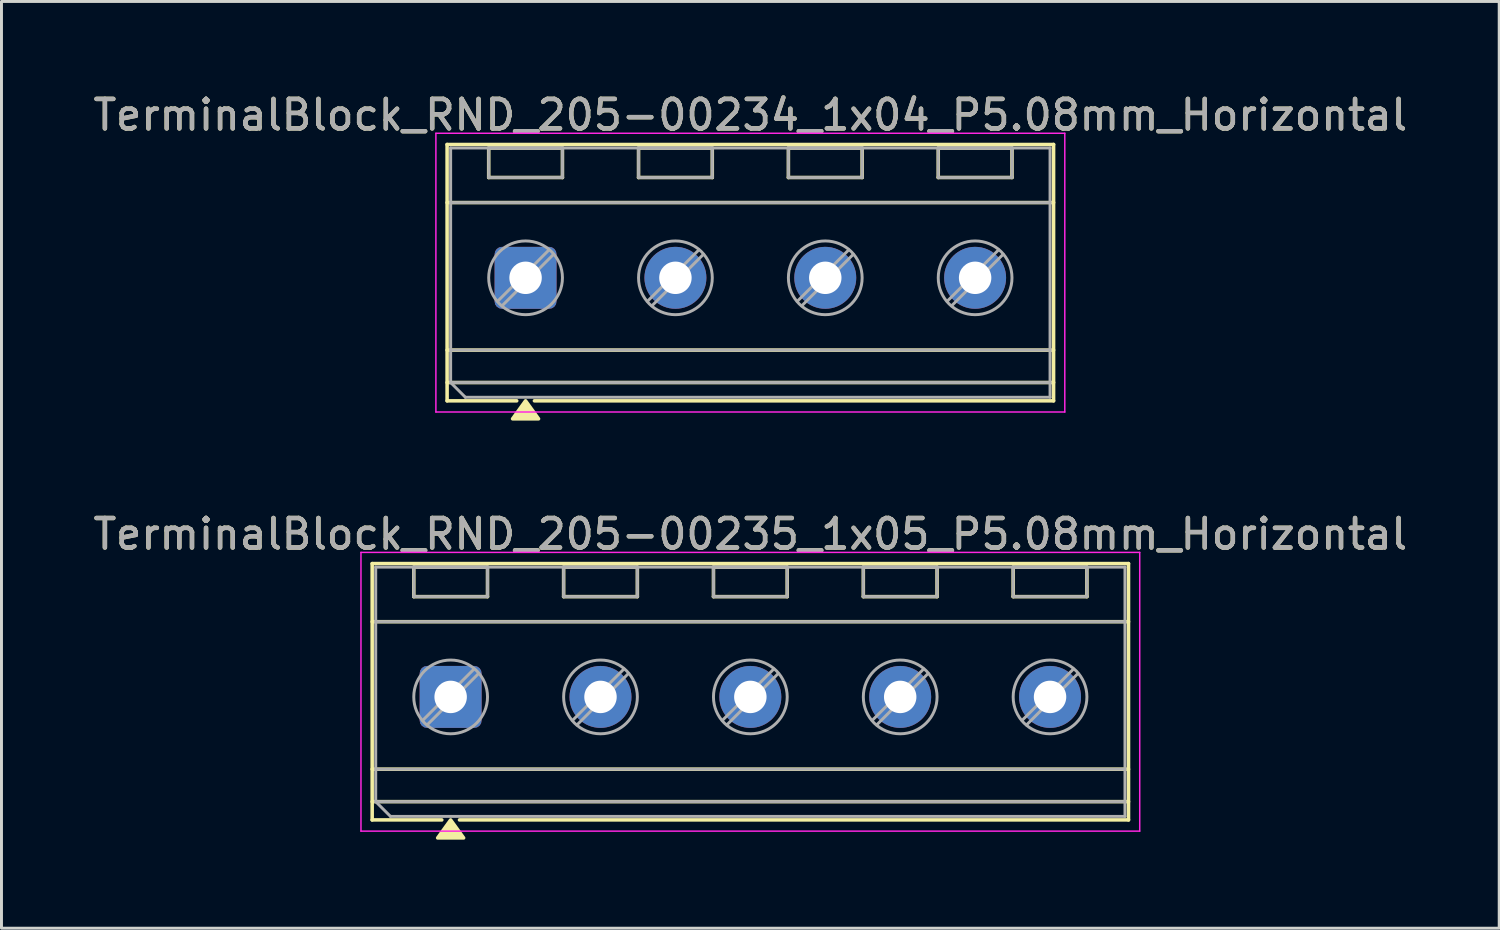
<source format=kicad_pcb>
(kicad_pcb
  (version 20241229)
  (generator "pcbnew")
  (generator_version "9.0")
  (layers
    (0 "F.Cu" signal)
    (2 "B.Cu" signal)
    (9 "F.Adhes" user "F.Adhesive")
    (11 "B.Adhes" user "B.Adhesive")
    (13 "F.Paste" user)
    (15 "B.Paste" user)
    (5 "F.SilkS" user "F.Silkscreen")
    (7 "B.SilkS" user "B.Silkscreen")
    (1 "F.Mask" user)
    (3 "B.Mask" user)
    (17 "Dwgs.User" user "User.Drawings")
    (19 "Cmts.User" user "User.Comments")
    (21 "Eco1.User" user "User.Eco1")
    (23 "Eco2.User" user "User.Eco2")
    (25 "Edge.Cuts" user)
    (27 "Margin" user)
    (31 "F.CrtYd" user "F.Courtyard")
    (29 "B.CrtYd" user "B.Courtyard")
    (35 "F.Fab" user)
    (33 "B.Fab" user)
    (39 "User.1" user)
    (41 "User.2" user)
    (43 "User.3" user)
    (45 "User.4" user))
  (footprint "TerminalBlock_RND_205-00235_1x05_P5.08mm_Horizontal"
    (layer "F.Cu")
    (at 12.227 20.576)
    (property "Reference" "TerminalBlock_RND_205-00235_1x05_P5.08mm_Horizontal" (at 10.16 -5.52 0) (layer "F.SilkS") (effects (font (size 1 1) (thickness 0.15))))
    (attr through_hole)
    (fp_line (start -2.66 -4.52) (end -2.66 4.17) (stroke (width 0.12) (type solid)) (layer "F.SilkS"))
    (fp_line (start -2.66 -4.52) (end 22.98 -4.52) (stroke (width 0.12) (type solid)) (layer "F.SilkS"))
    (fp_line (start -2.66 -2.55) (end 22.98 -2.55) (stroke (width 0.12) (type solid)) (layer "F.SilkS"))
    (fp_line (start -2.66 2.45) (end 22.98 2.45) (stroke (width 0.12) (type solid)) (layer "F.SilkS"))
    (fp_line (start -2.66 3.55) (end 22.98 3.55) (stroke (width 0.12) (type solid)) (layer "F.SilkS"))
    (fp_line (start -2.66 4.17) (end -0.3 4.17) (stroke (width 0.12) (type solid)) (layer "F.SilkS"))
    (fp_line (start -1.25 -4.4) (end -1.25 -3.4) (stroke (width 0.12) (type solid)) (layer "F.SilkS"))
    (fp_line (start -1.25 -4.4) (end 1.25 -4.4) (stroke (width 0.12) (type solid)) (layer "F.SilkS"))
    (fp_line (start -1.25 -3.4) (end 1.25 -3.4) (stroke (width 0.12) (type solid)) (layer "F.SilkS"))
    (fp_line (start 0.3 4.17) (end 22.98 4.17) (stroke (width 0.12) (type solid)) (layer "F.SilkS"))
    (fp_line (start 1.25 -4.4) (end 1.25 -3.4) (stroke (width 0.12) (type solid)) (layer "F.SilkS"))
    (fp_line (start 3.83 -4.4) (end 3.83 -3.4) (stroke (width 0.12) (type solid)) (layer "F.SilkS"))
    (fp_line (start 3.83 -4.4) (end 6.33 -4.4) (stroke (width 0.12) (type solid)) (layer "F.SilkS"))
    (fp_line (start 3.83 -3.4) (end 6.33 -3.4) (stroke (width 0.12) (type solid)) (layer "F.SilkS"))
    (fp_line (start 6.33 -4.4) (end 6.33 -3.4) (stroke (width 0.12) (type solid)) (layer "F.SilkS"))
    (fp_line (start 8.91 -4.4) (end 8.91 -3.4) (stroke (width 0.12) (type solid)) (layer "F.SilkS"))
    (fp_line (start 8.91 -4.4) (end 11.41 -4.4) (stroke (width 0.12) (type solid)) (layer "F.SilkS"))
    (fp_line (start 8.91 -3.4) (end 11.41 -3.4) (stroke (width 0.12) (type solid)) (layer "F.SilkS"))
    (fp_line (start 11.41 -4.4) (end 11.41 -3.4) (stroke (width 0.12) (type solid)) (layer "F.SilkS"))
    (fp_line (start 13.99 -4.4) (end 13.99 -3.4) (stroke (width 0.12) (type solid)) (layer "F.SilkS"))
    (fp_line (start 13.99 -4.4) (end 16.49 -4.4) (stroke (width 0.12) (type solid)) (layer "F.SilkS"))
    (fp_line (start 13.99 -3.4) (end 16.49 -3.4) (stroke (width 0.12) (type solid)) (layer "F.SilkS"))
    (fp_line (start 16.49 -4.4) (end 16.49 -3.4) (stroke (width 0.12) (type solid)) (layer "F.SilkS"))
    (fp_line (start 19.07 -4.4) (end 19.07 -3.4) (stroke (width 0.12) (type solid)) (layer "F.SilkS"))
    (fp_line (start 19.07 -4.4) (end 21.57 -4.4) (stroke (width 0.12) (type solid)) (layer "F.SilkS"))
    (fp_line (start 19.07 -3.4) (end 21.57 -3.4) (stroke (width 0.12) (type solid)) (layer "F.SilkS"))
    (fp_line (start 21.57 -4.4) (end 21.57 -3.4) (stroke (width 0.12) (type solid)) (layer "F.SilkS"))
    (fp_line (start 22.98 -4.52) (end 22.98 4.17) (stroke (width 0.12) (type solid)) (layer "F.SilkS"))
    (fp_poly (pts (xy 0 4.17) (xy 0.44 4.78) (xy -0.44 4.78)) (stroke (width 0.12) (type solid)) (fill yes) (layer "F.SilkS"))
    (fp_line (start -3.04 -4.9) (end -3.04 4.55) (stroke (width 0.05) (type solid)) (layer "F.CrtYd"))
    (fp_line (start -3.04 4.55) (end 23.36 4.55) (stroke (width 0.05) (type solid)) (layer "F.CrtYd"))
    (fp_line (start 23.36 -4.9) (end -3.04 -4.9) (stroke (width 0.05) (type solid)) (layer "F.CrtYd"))
    (fp_line (start 23.36 4.55) (end 23.36 -4.9) (stroke (width 0.05) (type solid)) (layer "F.CrtYd"))
    (fp_line (start -2.54 -4.4) (end 22.86 -4.4) (stroke (width 0.1) (type solid)) (layer "F.Fab"))
    (fp_line (start -2.54 -2.55) (end 22.86 -2.55) (stroke (width 0.1) (type solid)) (layer "F.Fab"))
    (fp_line (start -2.54 2.45) (end 22.86 2.45) (stroke (width 0.1) (type solid)) (layer "F.Fab"))
    (fp_line (start -2.54 3.55) (end -2.54 -4.4) (stroke (width 0.1) (type solid)) (layer "F.Fab"))
    (fp_line (start -2.54 3.55) (end 22.86 3.55) (stroke (width 0.1) (type solid)) (layer "F.Fab"))
    (fp_line (start -2.04 4.05) (end -2.54 3.55) (stroke (width 0.1) (type solid)) (layer "F.Fab"))
    (fp_line (start -1.25 -4.4) (end -1.25 -3.4) (stroke (width 0.1) (type solid)) (layer "F.Fab"))
    (fp_line (start -1.25 -3.4) (end 1.25 -3.4) (stroke (width 0.1) (type solid)) (layer "F.Fab"))
    (fp_line (start 0.796 -0.948) (end -0.948 0.795) (stroke (width 0.1) (type solid)) (layer "F.Fab"))
    (fp_line (start 0.948 -0.795) (end -0.796 0.948) (stroke (width 0.1) (type solid)) (layer "F.Fab"))
    (fp_line (start 1.25 -4.4) (end -1.25 -4.4) (stroke (width 0.1) (type solid)) (layer "F.Fab"))
    (fp_line (start 1.25 -3.4) (end 1.25 -4.4) (stroke (width 0.1) (type solid)) (layer "F.Fab"))
    (fp_line (start 3.83 -4.4) (end 3.83 -3.4) (stroke (width 0.1) (type solid)) (layer "F.Fab"))
    (fp_line (start 3.83 -3.4) (end 6.33 -3.4) (stroke (width 0.1) (type solid)) (layer "F.Fab"))
    (fp_line (start 5.876 -0.948) (end 4.132 0.795) (stroke (width 0.1) (type solid)) (layer "F.Fab"))
    (fp_line (start 6.028 -0.795) (end 4.284 0.948) (stroke (width 0.1) (type solid)) (layer "F.Fab"))
    (fp_line (start 6.33 -4.4) (end 3.83 -4.4) (stroke (width 0.1) (type solid)) (layer "F.Fab"))
    (fp_line (start 6.33 -3.4) (end 6.33 -4.4) (stroke (width 0.1) (type solid)) (layer "F.Fab"))
    (fp_line (start 8.91 -4.4) (end 8.91 -3.4) (stroke (width 0.1) (type solid)) (layer "F.Fab"))
    (fp_line (start 8.91 -3.4) (end 11.41 -3.4) (stroke (width 0.1) (type solid)) (layer "F.Fab"))
    (fp_line (start 10.956 -0.948) (end 9.212 0.795) (stroke (width 0.1) (type solid)) (layer "F.Fab"))
    (fp_line (start 11.108 -0.795) (end 9.364 0.948) (stroke (width 0.1) (type solid)) (layer "F.Fab"))
    (fp_line (start 11.41 -4.4) (end 8.91 -4.4) (stroke (width 0.1) (type solid)) (layer "F.Fab"))
    (fp_line (start 11.41 -3.4) (end 11.41 -4.4) (stroke (width 0.1) (type solid)) (layer "F.Fab"))
    (fp_line (start 13.99 -4.4) (end 13.99 -3.4) (stroke (width 0.1) (type solid)) (layer "F.Fab"))
    (fp_line (start 13.99 -3.4) (end 16.49 -3.4) (stroke (width 0.1) (type solid)) (layer "F.Fab"))
    (fp_line (start 16.036 -0.948) (end 14.292 0.795) (stroke (width 0.1) (type solid)) (layer "F.Fab"))
    (fp_line (start 16.188 -0.795) (end 14.444 0.948) (stroke (width 0.1) (type solid)) (layer "F.Fab"))
    (fp_line (start 16.49 -4.4) (end 13.99 -4.4) (stroke (width 0.1) (type solid)) (layer "F.Fab"))
    (fp_line (start 16.49 -3.4) (end 16.49 -4.4) (stroke (width 0.1) (type solid)) (layer "F.Fab"))
    (fp_line (start 19.07 -4.4) (end 19.07 -3.4) (stroke (width 0.1) (type solid)) (layer "F.Fab"))
    (fp_line (start 19.07 -3.4) (end 21.57 -3.4) (stroke (width 0.1) (type solid)) (layer "F.Fab"))
    (fp_line (start 21.116 -0.948) (end 19.372 0.795) (stroke (width 0.1) (type solid)) (layer "F.Fab"))
    (fp_line (start 21.268 -0.795) (end 19.524 0.948) (stroke (width 0.1) (type solid)) (layer "F.Fab"))
    (fp_line (start 21.57 -4.4) (end 19.07 -4.4) (stroke (width 0.1) (type solid)) (layer "F.Fab"))
    (fp_line (start 21.57 -3.4) (end 21.57 -4.4) (stroke (width 0.1) (type solid)) (layer "F.Fab"))
    (fp_line (start 22.86 -4.4) (end 22.86 4.05) (stroke (width 0.1) (type solid)) (layer "F.Fab"))
    (fp_line (start 22.86 4.05) (end -2.04 4.05) (stroke (width 0.1) (type solid)) (layer "F.Fab"))
    (fp_circle (center 0 0) (end 1.25 0) (stroke (width 0.1) (type solid)) (fill no) (layer "F.Fab"))
    (fp_circle (center 5.08 0) (end 6.33 0) (stroke (width 0.1) (type solid)) (fill no) (layer "F.Fab"))
    (fp_circle (center 10.16 0) (end 11.41 0) (stroke (width 0.1) (type solid)) (fill no) (layer "F.Fab"))
    (fp_circle (center 15.24 0) (end 16.49 0) (stroke (width 0.1) (type solid)) (fill no) (layer "F.Fab"))
    (fp_circle (center 20.32 0) (end 21.57 0) (stroke (width 0.1) (type solid)) (fill no) (layer "F.Fab"))
    (fp_text user "${REFERENCE}" (at 10.16 -5.52 0) (layer "F.Fab") (effects (font (size 1 1) (thickness 0.15))))
    (pad "1" thru_hole roundrect (at 0 0) (size 2.1 2.1) (drill 1.1) (layers "*.Cu" "*.Mask") (roundrect_rratio 0.119))
    (pad "2" thru_hole circle (at 5.08 0) (size 2.1 2.1) (drill 1.1) (layers "*.Cu" "*.Mask"))
    (pad "3" thru_hole circle (at 10.16 0) (size 2.1 2.1) (drill 1.1) (layers "*.Cu" "*.Mask"))
    (pad "4" thru_hole circle (at 15.24 0) (size 2.1 2.1) (drill 1.1) (layers "*.Cu" "*.Mask"))
    (pad "5" thru_hole circle (at 20.32 0) (size 2.1 2.1) (drill 1.1) (layers "*.Cu" "*.Mask")))
  (footprint "TerminalBlock_RND_205-00234_1x04_P5.08mm_Horizontal"
    (layer "F.Cu")
    (at 14.767 6.368)
    (property "Reference" "TerminalBlock_RND_205-00234_1x04_P5.08mm_Horizontal" (at 7.62 -5.52 0) (layer "F.SilkS") (effects (font (size 1 1) (thickness 0.15))))
    (attr through_hole)
    (fp_line (start -2.66 -4.52) (end -2.66 4.17) (stroke (width 0.12) (type solid)) (layer "F.SilkS"))
    (fp_line (start -2.66 -4.52) (end 17.9 -4.52) (stroke (width 0.12) (type solid)) (layer "F.SilkS"))
    (fp_line (start -2.66 -2.55) (end 17.9 -2.55) (stroke (width 0.12) (type solid)) (layer "F.SilkS"))
    (fp_line (start -2.66 2.45) (end 17.9 2.45) (stroke (width 0.12) (type solid)) (layer "F.SilkS"))
    (fp_line (start -2.66 3.55) (end 17.9 3.55) (stroke (width 0.12) (type solid)) (layer "F.SilkS"))
    (fp_line (start -2.66 4.17) (end -0.3 4.17) (stroke (width 0.12) (type solid)) (layer "F.SilkS"))
    (fp_line (start -1.25 -4.4) (end -1.25 -3.4) (stroke (width 0.12) (type solid)) (layer "F.SilkS"))
    (fp_line (start -1.25 -4.4) (end 1.25 -4.4) (stroke (width 0.12) (type solid)) (layer "F.SilkS"))
    (fp_line (start -1.25 -3.4) (end 1.25 -3.4) (stroke (width 0.12) (type solid)) (layer "F.SilkS"))
    (fp_line (start 0.3 4.17) (end 17.9 4.17) (stroke (width 0.12) (type solid)) (layer "F.SilkS"))
    (fp_line (start 1.25 -4.4) (end 1.25 -3.4) (stroke (width 0.12) (type solid)) (layer "F.SilkS"))
    (fp_line (start 3.83 -4.4) (end 3.83 -3.4) (stroke (width 0.12) (type solid)) (layer "F.SilkS"))
    (fp_line (start 3.83 -4.4) (end 6.33 -4.4) (stroke (width 0.12) (type solid)) (layer "F.SilkS"))
    (fp_line (start 3.83 -3.4) (end 6.33 -3.4) (stroke (width 0.12) (type solid)) (layer "F.SilkS"))
    (fp_line (start 6.33 -4.4) (end 6.33 -3.4) (stroke (width 0.12) (type solid)) (layer "F.SilkS"))
    (fp_line (start 8.91 -4.4) (end 8.91 -3.4) (stroke (width 0.12) (type solid)) (layer "F.SilkS"))
    (fp_line (start 8.91 -4.4) (end 11.41 -4.4) (stroke (width 0.12) (type solid)) (layer "F.SilkS"))
    (fp_line (start 8.91 -3.4) (end 11.41 -3.4) (stroke (width 0.12) (type solid)) (layer "F.SilkS"))
    (fp_line (start 11.41 -4.4) (end 11.41 -3.4) (stroke (width 0.12) (type solid)) (layer "F.SilkS"))
    (fp_line (start 13.99 -4.4) (end 13.99 -3.4) (stroke (width 0.12) (type solid)) (layer "F.SilkS"))
    (fp_line (start 13.99 -4.4) (end 16.49 -4.4) (stroke (width 0.12) (type solid)) (layer "F.SilkS"))
    (fp_line (start 13.99 -3.4) (end 16.49 -3.4) (stroke (width 0.12) (type solid)) (layer "F.SilkS"))
    (fp_line (start 16.49 -4.4) (end 16.49 -3.4) (stroke (width 0.12) (type solid)) (layer "F.SilkS"))
    (fp_line (start 17.9 -4.52) (end 17.9 4.17) (stroke (width 0.12) (type solid)) (layer "F.SilkS"))
    (fp_poly (pts (xy 0 4.17) (xy 0.44 4.78) (xy -0.44 4.78)) (stroke (width 0.12) (type solid)) (fill yes) (layer "F.SilkS"))
    (fp_line (start -3.04 -4.9) (end -3.04 4.55) (stroke (width 0.05) (type solid)) (layer "F.CrtYd"))
    (fp_line (start -3.04 4.55) (end 18.28 4.55) (stroke (width 0.05) (type solid)) (layer "F.CrtYd"))
    (fp_line (start 18.28 -4.9) (end -3.04 -4.9) (stroke (width 0.05) (type solid)) (layer "F.CrtYd"))
    (fp_line (start 18.28 4.55) (end 18.28 -4.9) (stroke (width 0.05) (type solid)) (layer "F.CrtYd"))
    (fp_line (start -2.54 -4.4) (end 17.78 -4.4) (stroke (width 0.1) (type solid)) (layer "F.Fab"))
    (fp_line (start -2.54 -2.55) (end 17.78 -2.55) (stroke (width 0.1) (type solid)) (layer "F.Fab"))
    (fp_line (start -2.54 2.45) (end 17.78 2.45) (stroke (width 0.1) (type solid)) (layer "F.Fab"))
    (fp_line (start -2.54 3.55) (end -2.54 -4.4) (stroke (width 0.1) (type solid)) (layer "F.Fab"))
    (fp_line (start -2.54 3.55) (end 17.78 3.55) (stroke (width 0.1) (type solid)) (layer "F.Fab"))
    (fp_line (start -2.04 4.05) (end -2.54 3.55) (stroke (width 0.1) (type solid)) (layer "F.Fab"))
    (fp_line (start -1.25 -4.4) (end -1.25 -3.4) (stroke (width 0.1) (type solid)) (layer "F.Fab"))
    (fp_line (start -1.25 -3.4) (end 1.25 -3.4) (stroke (width 0.1) (type solid)) (layer "F.Fab"))
    (fp_line (start 0.796 -0.948) (end -0.948 0.795) (stroke (width 0.1) (type solid)) (layer "F.Fab"))
    (fp_line (start 0.948 -0.795) (end -0.796 0.948) (stroke (width 0.1) (type solid)) (layer "F.Fab"))
    (fp_line (start 1.25 -4.4) (end -1.25 -4.4) (stroke (width 0.1) (type solid)) (layer "F.Fab"))
    (fp_line (start 1.25 -3.4) (end 1.25 -4.4) (stroke (width 0.1) (type solid)) (layer "F.Fab"))
    (fp_line (start 3.83 -4.4) (end 3.83 -3.4) (stroke (width 0.1) (type solid)) (layer "F.Fab"))
    (fp_line (start 3.83 -3.4) (end 6.33 -3.4) (stroke (width 0.1) (type solid)) (layer "F.Fab"))
    (fp_line (start 5.876 -0.948) (end 4.132 0.795) (stroke (width 0.1) (type solid)) (layer "F.Fab"))
    (fp_line (start 6.028 -0.795) (end 4.284 0.948) (stroke (width 0.1) (type solid)) (layer "F.Fab"))
    (fp_line (start 6.33 -4.4) (end 3.83 -4.4) (stroke (width 0.1) (type solid)) (layer "F.Fab"))
    (fp_line (start 6.33 -3.4) (end 6.33 -4.4) (stroke (width 0.1) (type solid)) (layer "F.Fab"))
    (fp_line (start 8.91 -4.4) (end 8.91 -3.4) (stroke (width 0.1) (type solid)) (layer "F.Fab"))
    (fp_line (start 8.91 -3.4) (end 11.41 -3.4) (stroke (width 0.1) (type solid)) (layer "F.Fab"))
    (fp_line (start 10.956 -0.948) (end 9.212 0.795) (stroke (width 0.1) (type solid)) (layer "F.Fab"))
    (fp_line (start 11.108 -0.795) (end 9.364 0.948) (stroke (width 0.1) (type solid)) (layer "F.Fab"))
    (fp_line (start 11.41 -4.4) (end 8.91 -4.4) (stroke (width 0.1) (type solid)) (layer "F.Fab"))
    (fp_line (start 11.41 -3.4) (end 11.41 -4.4) (stroke (width 0.1) (type solid)) (layer "F.Fab"))
    (fp_line (start 13.99 -4.4) (end 13.99 -3.4) (stroke (width 0.1) (type solid)) (layer "F.Fab"))
    (fp_line (start 13.99 -3.4) (end 16.49 -3.4) (stroke (width 0.1) (type solid)) (layer "F.Fab"))
    (fp_line (start 16.036 -0.948) (end 14.292 0.795) (stroke (width 0.1) (type solid)) (layer "F.Fab"))
    (fp_line (start 16.188 -0.795) (end 14.444 0.948) (stroke (width 0.1) (type solid)) (layer "F.Fab"))
    (fp_line (start 16.49 -4.4) (end 13.99 -4.4) (stroke (width 0.1) (type solid)) (layer "F.Fab"))
    (fp_line (start 16.49 -3.4) (end 16.49 -4.4) (stroke (width 0.1) (type solid)) (layer "F.Fab"))
    (fp_line (start 17.78 -4.4) (end 17.78 4.05) (stroke (width 0.1) (type solid)) (layer "F.Fab"))
    (fp_line (start 17.78 4.05) (end -2.04 4.05) (stroke (width 0.1) (type solid)) (layer "F.Fab"))
    (fp_circle (center 0 0) (end 1.25 0) (stroke (width 0.1) (type solid)) (fill no) (layer "F.Fab"))
    (fp_circle (center 5.08 0) (end 6.33 0) (stroke (width 0.1) (type solid)) (fill no) (layer "F.Fab"))
    (fp_circle (center 10.16 0) (end 11.41 0) (stroke (width 0.1) (type solid)) (fill no) (layer "F.Fab"))
    (fp_circle (center 15.24 0) (end 16.49 0) (stroke (width 0.1) (type solid)) (fill no) (layer "F.Fab"))
    (fp_text user "${REFERENCE}" (at 7.62 -5.52 0) (layer "F.Fab") (effects (font (size 1 1) (thickness 0.15))))
    (pad "1" thru_hole roundrect (at 0 0) (size 2.1 2.1) (drill 1.1) (layers "*.Cu" "*.Mask") (roundrect_rratio 0.119))
    (pad "2" thru_hole circle (at 5.08 0) (size 2.1 2.1) (drill 1.1) (layers "*.Cu" "*.Mask"))
    (pad "3" thru_hole circle (at 10.16 0) (size 2.1 2.1) (drill 1.1) (layers "*.Cu" "*.Mask"))
    (pad "4" thru_hole circle (at 15.24 0) (size 2.1 2.1) (drill 1.1) (layers "*.Cu" "*.Mask")))
  (gr_rect
    (start -3 -3)
    (end 47.774 28.416)
    (stroke (width 0.1) (type default))
    (fill no)
    (layer "Edge.Cuts")))
</source>
